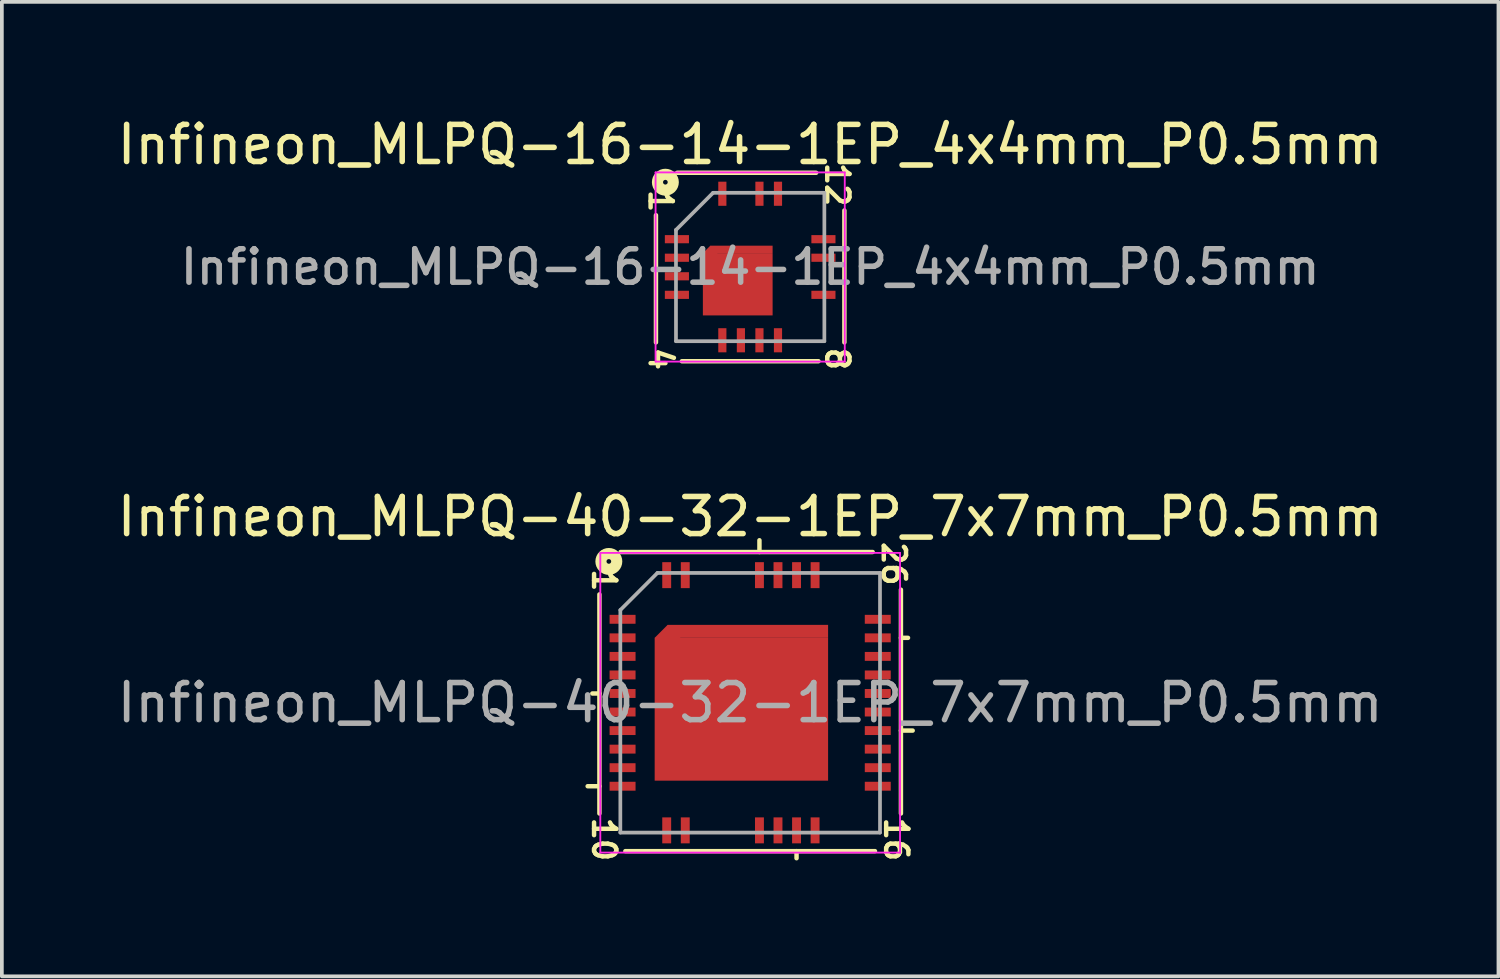
<source format=kicad_pcb>
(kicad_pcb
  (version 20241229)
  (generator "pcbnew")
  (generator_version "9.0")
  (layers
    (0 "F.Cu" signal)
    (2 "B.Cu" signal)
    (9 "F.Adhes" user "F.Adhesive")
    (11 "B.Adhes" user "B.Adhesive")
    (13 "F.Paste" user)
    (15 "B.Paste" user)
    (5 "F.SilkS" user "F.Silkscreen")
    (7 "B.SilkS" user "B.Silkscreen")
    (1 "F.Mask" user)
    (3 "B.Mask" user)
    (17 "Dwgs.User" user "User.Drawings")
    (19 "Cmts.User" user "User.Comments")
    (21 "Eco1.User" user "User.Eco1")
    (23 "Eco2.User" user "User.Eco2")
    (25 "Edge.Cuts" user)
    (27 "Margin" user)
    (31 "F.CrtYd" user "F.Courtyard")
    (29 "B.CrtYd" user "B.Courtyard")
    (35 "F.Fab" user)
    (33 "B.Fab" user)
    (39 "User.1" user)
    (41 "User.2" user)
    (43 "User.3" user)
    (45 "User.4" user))
  (footprint "Infineon_MLPQ-16-14-1EP_4x4mm_P0.5mm"
    (layer "F.Cu")
    (at 17.173 4.148)
    (property "Reference" "Infineon_MLPQ-16-14-1EP_4x4mm_P0.5mm" (at 0 -3.3 0) (layer "F.SilkS") (effects (font (size 1 1) (thickness 0.15))))
    (attr smd)
    (fp_line (start -2.54 -1.397) (end -2.54 2.032) (stroke (width 0.12) (type solid)) (layer "F.SilkS"))
    (fp_line (start -1.841 2.54) (end 1.841 2.54) (stroke (width 0.12) (type solid)) (layer "F.SilkS"))
    (fp_line (start 1.778 -2.54) (end -1.968 -2.54) (stroke (width 0.12) (type solid)) (layer "F.SilkS"))
    (fp_line (start 2.54 2.032) (end 2.54 -1.524) (stroke (width 0.12) (type solid)) (layer "F.SilkS"))
    (fp_circle (center -2.286 -2.286) (end -2.223 -2.286) (stroke (width 0.3) (type solid)) (fill no) (layer "F.SilkS"))
    (fp_line (start -2.55 -2.55) (end 2.55 -2.55) (stroke (width 0.05) (type solid)) (layer "F.CrtYd"))
    (fp_line (start -2.55 2.55) (end -2.55 -2.55) (stroke (width 0.05) (type solid)) (layer "F.CrtYd"))
    (fp_line (start 2.55 -2.55) (end 2.55 2.55) (stroke (width 0.05) (type solid)) (layer "F.CrtYd"))
    (fp_line (start 2.55 2.55) (end -2.55 2.55) (stroke (width 0.05) (type solid)) (layer "F.CrtYd"))
    (fp_line (start -2 2) (end -2 -1) (stroke (width 0.1) (type solid)) (layer "F.Fab"))
    (fp_line (start -1 -2) (end -2 -1) (stroke (width 0.1) (type solid)) (layer "F.Fab"))
    (fp_line (start -1 -2) (end 2 -2) (stroke (width 0.1) (type solid)) (layer "F.Fab"))
    (fp_line (start 2 -2) (end 2 2) (stroke (width 0.1) (type solid)) (layer "F.Fab"))
    (fp_line (start 2 2) (end -2 2) (stroke (width 0.1) (type solid)) (layer "F.Fab"))
    (fp_text user "1" (at -2.413 -1.778 270) (unlocked yes) (layer "F.SilkS") (effects (font (size 0.6 0.6) (thickness 0.12))))
    (fp_text user "8" (at 2.349 2.477 270) (unlocked yes) (layer "F.SilkS") (effects (font (size 0.6 0.6) (thickness 0.12))))
    (fp_text user "12" (at 2.349 -2.223 270) (unlocked yes) (layer "F.SilkS") (effects (font (size 0.6 0.6) (thickness 0.12))))
    (fp_text user "4" (at -2.413 2.477 270) (unlocked yes) (layer "F.SilkS") (effects (font (size 0.6 0.6) (thickness 0.12))))
    (fp_text user "${REFERENCE}" (at 0 0 0) (layer "F.Fab") (effects (font (size 0.9 0.9) (thickness 0.15))))
    (pad "" smd rect (at -0.335 -0.105) (size 1.5 0.8) (layers "F.Paste"))
    (pad "" smd rect (at -0.335 0.835) (size 1.5 0.8) (layers "F.Paste"))
    (pad "1" smd rect (at -1.975 -0.75) (size 0.65 0.22) (layers "F.Cu" "F.Mask" "F.Paste"))
    (pad "2" smd rect (at -1.975 -0.25) (size 0.65 0.22) (layers "F.Cu" "F.Mask" "F.Paste"))
    (pad "3" smd rect (at -1.975 0.25) (size 0.65 0.22) (layers "F.Cu" "F.Mask" "F.Paste"))
    (pad "4" smd rect (at -1.975 0.75) (size 0.65 0.22) (layers "F.Cu" "F.Mask" "F.Paste"))
    (pad "5" smd rect (at -0.75 1.975) (size 0.22 0.65) (layers "F.Cu" "F.Mask" "F.Paste"))
    (pad "6" smd rect (at -0.25 1.975) (size 0.22 0.65) (layers "F.Cu" "F.Mask" "F.Paste"))
    (pad "7" smd rect (at 0.25 1.975) (size 0.22 0.65) (layers "F.Cu" "F.Mask" "F.Paste"))
    (pad "8" smd rect (at 0.75 1.975) (size 0.22 0.65) (layers "F.Cu" "F.Mask" "F.Paste"))
    (pad "9" smd rect (at 1.975 0.75) (size 0.65 0.22) (layers "F.Cu" "F.Mask" "F.Paste"))
    (pad "11" smd rect (at 1.975 -0.25) (size 0.65 0.22) (layers "F.Cu" "F.Mask" "F.Paste"))
    (pad "12" smd rect (at 1.975 -0.75) (size 0.65 0.22) (layers "F.Cu" "F.Mask" "F.Paste"))
    (pad "13" smd rect (at 0.75 -1.975) (size 0.22 0.65) (layers "F.Cu" "F.Mask" "F.Paste"))
    (pad "14" smd rect (at 0.25 -1.975) (size 0.22 0.65) (layers "F.Cu" "F.Mask" "F.Paste"))
    (pad "16" smd rect (at -0.75 -1.975) (size 0.22 0.65) (layers "F.Cu" "F.Mask" "F.Paste"))
    (pad "17" smd rect (at -1.075 -0.375 45) (size 0.283 0.283) (layers "F.Cu" "F.Mask"))
    (pad "17" smd rect (at -0.335 0.465) (size 1.88 1.68) (layers "F.Cu" "F.Mask"))
    (pad "17" smd rect (at -0.235 -0.475) (size 1.68 0.2) (layers "F.Cu" "F.Mask")))
  (footprint "Infineon_MLPQ-40-32-1EP_7x7mm_P0.5mm"
    (layer "F.Cu")
    (at 17.173 15.895)
    (property "Reference" "Infineon_MLPQ-40-32-1EP_7x7mm_P0.5mm" (at 0 -5.016 0) (layer "F.SilkS") (effects (font (size 1 1) (thickness 0.15))))
    (attr smd)
    (fp_line (start -4.064 -2.921) (end -4.064 2.985) (stroke (width 0.12) (type solid)) (layer "F.SilkS"))
    (fp_line (start -4.064 -0.25) (end -4.255 -0.25) (stroke (width 0.12) (type solid)) (layer "F.SilkS"))
    (fp_line (start -4.064 2.25) (end -4.381 2.25) (stroke (width 0.12) (type solid)) (layer "F.SilkS"))
    (fp_line (start -3.365 4) (end 3.365 4) (stroke (width 0.12) (type solid)) (layer "F.SilkS"))
    (fp_line (start 0.25 -4.064) (end 0.25 -4.381) (stroke (width 0.12) (type solid)) (layer "F.SilkS"))
    (fp_line (start 1.25 4) (end 1.25 4.191) (stroke (width 0.12) (type solid)) (layer "F.SilkS"))
    (fp_line (start 3.302 -4.064) (end -3.493 -4.064) (stroke (width 0.12) (type solid)) (layer "F.SilkS"))
    (fp_line (start 4.064 -1.75) (end 4.255 -1.75) (stroke (width 0.12) (type solid)) (layer "F.SilkS"))
    (fp_line (start 4.064 0.75) (end 4.381 0.75) (stroke (width 0.12) (type solid)) (layer "F.SilkS"))
    (fp_line (start 4.064 2.985) (end 4.064 -3.048) (stroke (width 0.12) (type solid)) (layer "F.SilkS"))
    (fp_circle (center -3.81 -3.81) (end -3.747 -3.81) (stroke (width 0.3) (type solid)) (fill no) (layer "F.SilkS"))
    (fp_line (start -4.04 -4.04) (end 4.04 -4.04) (stroke (width 0.05) (type solid)) (layer "F.CrtYd"))
    (fp_line (start -4.04 4.04) (end -4.04 -4.04) (stroke (width 0.05) (type solid)) (layer "F.CrtYd"))
    (fp_line (start 4.04 -4.04) (end 4.04 4.04) (stroke (width 0.05) (type solid)) (layer "F.CrtYd"))
    (fp_line (start 4.04 4.04) (end -4.04 4.04) (stroke (width 0.05) (type solid)) (layer "F.CrtYd"))
    (fp_line (start -3.5 3.5) (end -3.5 -2.5) (stroke (width 0.1) (type solid)) (layer "F.Fab"))
    (fp_line (start -2.5 -3.5) (end -3.5 -2.5) (stroke (width 0.1) (type solid)) (layer "F.Fab"))
    (fp_line (start -2.5 -3.5) (end 3.5 -3.5) (stroke (width 0.1) (type solid)) (layer "F.Fab"))
    (fp_line (start 3.5 -3.5) (end 3.5 3.5) (stroke (width 0.1) (type solid)) (layer "F.Fab"))
    (fp_line (start 3.5 3.5) (end -3.5 3.5) (stroke (width 0.1) (type solid)) (layer "F.Fab"))
    (fp_text user "26" (at 3.873 -3.747 270) (unlocked yes) (layer "F.SilkS") (effects (font (size 0.6 0.6) (thickness 0.12))))
    (fp_text user "16" (at 3.937 3.683 270) (unlocked yes) (layer "F.SilkS") (effects (font (size 0.6 0.6) (thickness 0.12))))
    (fp_text user "1" (at -3.937 -3.302 270) (unlocked yes) (layer "F.SilkS") (effects (font (size 0.6 0.6) (thickness 0.12))))
    (fp_text user "10" (at -3.937 3.683 270) (unlocked yes) (layer "F.SilkS") (effects (font (size 0.6 0.6) (thickness 0.12))))
    (fp_text user "${REFERENCE}" (at 0 0 0) (layer "F.Fab") (effects (font (size 1 1) (thickness 0.15))))
    (pad "" smd rect (at -3.425 -2.25) (size 0.65 0.22) (layers "F.Paste"))
    (pad "" smd rect (at -3.425 -1.75) (size 0.65 0.22) (layers "F.Paste"))
    (pad "" smd rect (at -3.425 -1.25) (size 0.65 0.22) (layers "F.Paste"))
    (pad "" smd rect (at -3.425 -0.75) (size 0.65 0.22) (layers "F.Paste"))
    (pad "" smd rect (at -3.425 -0.25) (size 0.65 0.22) (layers "F.Paste"))
    (pad "" smd rect (at -3.425 0.25) (size 0.65 0.22) (layers "F.Paste"))
    (pad "" smd rect (at -3.425 0.75) (size 0.65 0.22) (layers "F.Paste"))
    (pad "" smd rect (at -3.425 1.25) (size 0.65 0.22) (layers "F.Paste"))
    (pad "" smd rect (at -3.425 1.75) (size 0.65 0.22) (layers "F.Paste"))
    (pad "" smd rect (at -3.425 2.25) (size 0.65 0.22) (layers "F.Paste"))
    (pad "" smd rect (at -2.25 -3.425) (size 0.22 0.65) (layers "F.Paste"))
    (pad "" smd rect (at -2.25 3.425) (size 0.22 0.65) (layers "F.Paste"))
    (pad "" smd rect (at -1.796 -1.4) (size 1.2 1.1) (layers "F.Paste"))
    (pad "" smd rect (at -1.796 0) (size 1.2 1.1) (layers "F.Paste"))
    (pad "" smd rect (at -1.796 1.4) (size 1.2 1.1) (layers "F.Paste"))
    (pad "" smd rect (at -1.75 -3.425) (size 0.22 0.65) (layers "F.Paste"))
    (pad "" smd rect (at -1.75 3.425) (size 0.22 0.65) (layers "F.Paste"))
    (pad "" smd rect (at -0.237 -1.4) (size 1.2 1.1) (layers "F.Paste"))
    (pad "" smd rect (at -0.237 0) (size 1.2 1.1) (layers "F.Paste"))
    (pad "" smd rect (at -0.237 1.4) (size 1.2 1.1) (layers "F.Paste"))
    (pad "" smd rect (at 0.25 -3.425) (size 0.22 0.65) (layers "F.Paste"))
    (pad "" smd rect (at 0.25 3.425) (size 0.22 0.65) (layers "F.Paste"))
    (pad "" smd rect (at 0.75 -3.425) (size 0.22 0.65) (layers "F.Paste"))
    (pad "" smd rect (at 0.75 3.425) (size 0.22 0.65) (layers "F.Paste"))
    (pad "" smd rect (at 1.25 -3.425) (size 0.22 0.65) (layers "F.Paste"))
    (pad "" smd rect (at 1.25 3.425) (size 0.22 0.65) (layers "F.Paste"))
    (pad "" smd rect (at 1.321 -1.4) (size 1.2 1.1) (layers "F.Paste"))
    (pad "" smd rect (at 1.321 0) (size 1.2 1.1) (layers "F.Paste"))
    (pad "" smd rect (at 1.321 1.4) (size 1.2 1.1) (layers "F.Paste"))
    (pad "" smd rect (at 1.75 -3.425) (size 0.22 0.65) (layers "F.Paste"))
    (pad "" smd rect (at 1.75 3.425) (size 0.22 0.65) (layers "F.Paste"))
    (pad "" smd rect (at 3.425 -2.25) (size 0.65 0.22) (layers "F.Paste"))
    (pad "" smd rect (at 3.425 -1.75) (size 0.65 0.22) (layers "F.Paste"))
    (pad "" smd rect (at 3.425 -1.25) (size 0.65 0.22) (layers "F.Paste"))
    (pad "" smd rect (at 3.425 -0.75) (size 0.65 0.22) (layers "F.Paste"))
    (pad "" smd rect (at 3.425 -0.25) (size 0.65 0.22) (layers "F.Paste"))
    (pad "" smd rect (at 3.425 0.25) (size 0.65 0.22) (layers "F.Paste"))
    (pad "" smd rect (at 3.425 0.75) (size 0.65 0.22) (layers "F.Paste"))
    (pad "" smd rect (at 3.425 1.25) (size 0.65 0.22) (layers "F.Paste"))
    (pad "" smd rect (at 3.425 1.75) (size 0.65 0.22) (layers "F.Paste"))
    (pad "" smd rect (at 3.425 2.25) (size 0.65 0.22) (layers "F.Paste"))
    (pad "1" smd rect (at -3.44 -2.25) (size 0.7 0.24) (layers "F.Cu" "F.Mask"))
    (pad "2" smd rect (at -3.44 -1.75) (size 0.7 0.24) (layers "F.Cu" "F.Mask"))
    (pad "3" smd rect (at -3.44 -1.25) (size 0.7 0.24) (layers "F.Cu" "F.Mask"))
    (pad "4" smd rect (at -3.44 -0.75) (size 0.7 0.24) (layers "F.Cu" "F.Mask"))
    (pad "5" smd rect (at -3.44 -0.25) (size 0.7 0.24) (layers "F.Cu" "F.Mask"))
    (pad "6" smd rect (at -3.44 0.25) (size 0.7 0.24) (layers "F.Cu" "F.Mask"))
    (pad "7" smd rect (at -3.44 0.75) (size 0.7 0.24) (layers "F.Cu" "F.Mask"))
    (pad "8" smd rect (at -3.44 1.25) (size 0.7 0.24) (layers "F.Cu" "F.Mask"))
    (pad "9" smd rect (at -3.44 1.75) (size 0.7 0.24) (layers "F.Cu" "F.Mask"))
    (pad "10" smd rect (at -3.44 2.25) (size 0.7 0.24) (layers "F.Cu" "F.Mask"))
    (pad "11" smd rect (at -2.25 3.44) (size 0.24 0.7) (layers "F.Cu" "F.Mask"))
    (pad "12" smd rect (at -1.75 3.44) (size 0.24 0.7) (layers "F.Cu" "F.Mask"))
    (pad "13" smd rect (at 0.25 3.44) (size 0.24 0.7) (layers "F.Cu" "F.Mask"))
    (pad "14" smd rect (at 0.75 3.44) (size 0.24 0.7) (layers "F.Cu" "F.Mask"))
    (pad "15" smd rect (at 1.25 3.44) (size 0.24 0.7) (layers "F.Cu" "F.Mask"))
    (pad "16" smd rect (at 1.75 3.44) (size 0.24 0.7) (layers "F.Cu" "F.Mask"))
    (pad "17" smd rect (at 3.44 2.25) (size 0.7 0.24) (layers "F.Cu" "F.Mask"))
    (pad "18" smd rect (at 3.44 1.75) (size 0.7 0.24) (layers "F.Cu" "F.Mask"))
    (pad "19" smd rect (at 3.44 1.25) (size 0.7 0.24) (layers "F.Cu" "F.Mask"))
    (pad "20" smd rect (at 3.44 0.75) (size 0.7 0.24) (layers "F.Cu" "F.Mask"))
    (pad "21" smd rect (at 3.44 0.25) (size 0.7 0.24) (layers "F.Cu" "F.Mask"))
    (pad "22" smd rect (at 3.44 -0.25) (size 0.7 0.24) (layers "F.Cu" "F.Mask"))
    (pad "23" smd rect (at 3.44 -0.75) (size 0.7 0.24) (layers "F.Cu" "F.Mask"))
    (pad "24" smd rect (at 3.44 -1.25) (size 0.7 0.24) (layers "F.Cu" "F.Mask"))
    (pad "25" smd rect (at 3.44 -1.75) (size 0.7 0.24) (layers "F.Cu" "F.Mask"))
    (pad "26" smd rect (at 3.44 -2.25) (size 0.7 0.24) (layers "F.Cu" "F.Mask"))
    (pad "27" smd rect (at 1.75 -3.44) (size 0.24 0.7) (layers "F.Cu" "F.Mask"))
    (pad "28" smd rect (at 1.25 -3.44) (size 0.24 0.7) (layers "F.Cu" "F.Mask"))
    (pad "29" smd rect (at 0.75 -3.44) (size 0.24 0.7) (layers "F.Cu" "F.Mask"))
    (pad "30" smd rect (at 0.25 -3.44) (size 0.24 0.7) (layers "F.Cu" "F.Mask"))
    (pad "31" smd rect (at -1.75 -3.44) (size 0.24 0.7) (layers "F.Cu" "F.Mask"))
    (pad "32" smd rect (at -2.25 -3.44) (size 0.24 0.7) (layers "F.Cu" "F.Mask"))
    (pad "33" smd rect (at -2.225 -1.75 45) (size 0.495 0.495) (layers "F.Cu" "F.Mask"))
    (pad "33" smd rect (at -0.237 0.175) (size 4.675 3.85) (layers "F.Cu" "F.Mask"))
    (pad "33" smd rect (at -0.062 -1.925) (size 4.325 0.35) (layers "F.Cu" "F.Mask")))
  (gr_rect
    (start -3 -3)
    (end 37.345 23.27)
    (stroke (width 0.1) (type default))
    (fill no)
    (layer "Edge.Cuts")))
</source>
